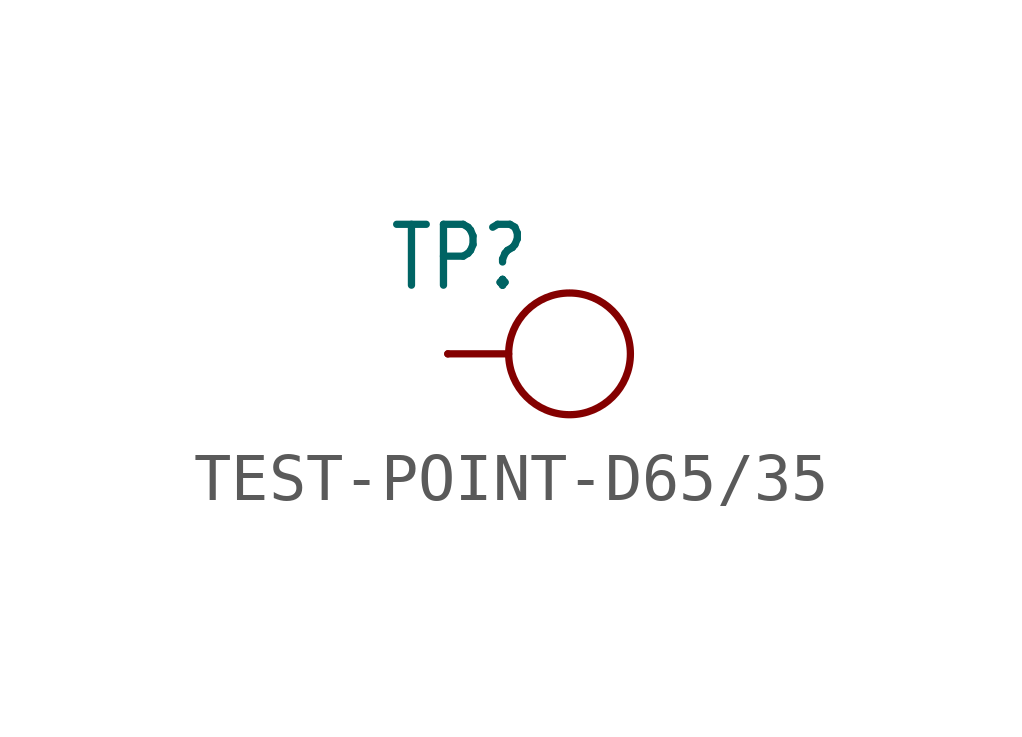
<source format=kicad_sym>
(kicad_symbol_lib
  (version 20241209)
  (generator "kicad_symbol_editor")
  (generator_version "9.0")
  (symbol "TEST-POINT-D65/35"
    (property "Reference" "TP"
      (at -3.81 1.27 0)
      (effects (font (size 1.27 1.079)) (justify left bottom)))
    (property "ki_locked" ""
      (at 0 0 0)
      (effects (font (size 1.27 1.27))))
    (symbol "TEST-POINT-D65/35_1_0"
      (polyline (pts (xy -2.54 0) (xy -1.27 0)) (stroke (width 0.152) (type solid)) (fill (type none)))
      (circle (center 0 0) (radius 1.27) (stroke (width 0.152) (type solid)) (fill (type none)))
      (pin bidirectional line (at -2.54 0 0) (length 0) (name "T" (effects (font (size 0 0)))) (number "P1" (effects (font (size 0 0))))))))
</source>
